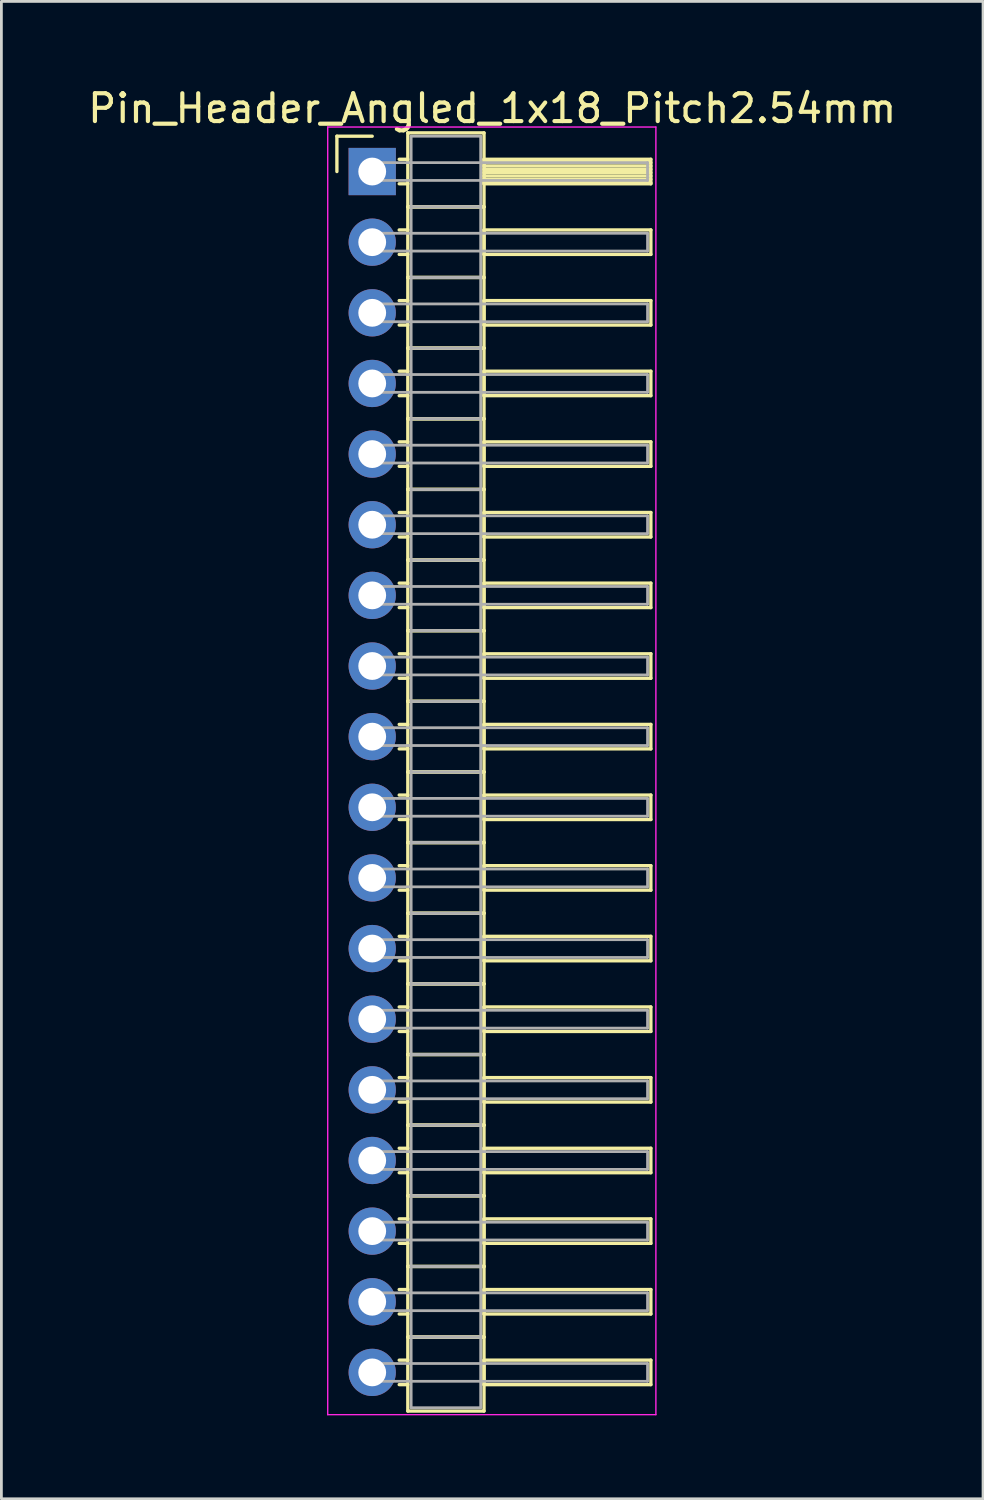
<source format=kicad_pcb>
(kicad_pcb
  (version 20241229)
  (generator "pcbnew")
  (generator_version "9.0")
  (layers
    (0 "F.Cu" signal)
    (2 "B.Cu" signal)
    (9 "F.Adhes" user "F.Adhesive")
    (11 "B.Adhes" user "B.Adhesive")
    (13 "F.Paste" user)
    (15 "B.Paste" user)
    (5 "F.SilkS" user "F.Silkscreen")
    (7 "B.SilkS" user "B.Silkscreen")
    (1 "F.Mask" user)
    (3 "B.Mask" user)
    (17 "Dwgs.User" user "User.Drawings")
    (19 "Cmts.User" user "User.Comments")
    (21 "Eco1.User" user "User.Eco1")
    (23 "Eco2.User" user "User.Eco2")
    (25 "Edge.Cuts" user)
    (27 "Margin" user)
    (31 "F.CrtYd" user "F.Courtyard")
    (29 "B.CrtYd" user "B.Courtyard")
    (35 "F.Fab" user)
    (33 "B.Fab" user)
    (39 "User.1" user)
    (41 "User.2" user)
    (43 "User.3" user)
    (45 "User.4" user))
  (footprint "Pin_Header_Angled_1x18_Pitch2.54mm"
    (layer "F.Cu")
    (at 10.334 3.118)
    (property "Reference" "Pin_Header_Angled_1x18_Pitch2.54mm" (at 4.315 -2.27 0) (layer "F.SilkS") (effects (font (size 1 1) (thickness 0.15))))
    (attr through_hole)
    (fp_line (start -1.27 -1.27) (end 0 -1.27) (stroke (width 0.12) (type solid)) (layer "F.SilkS"))
    (fp_line (start -1.27 0) (end -1.27 -1.27) (stroke (width 0.12) (type solid)) (layer "F.SilkS"))
    (fp_line (start 0.97 -0.44) (end 1.28 -0.44) (stroke (width 0.12) (type solid)) (layer "F.SilkS"))
    (fp_line (start 0.97 0.44) (end 1.28 0.44) (stroke (width 0.12) (type solid)) (layer "F.SilkS"))
    (fp_line (start 0.97 2.1) (end 1.28 2.1) (stroke (width 0.12) (type solid)) (layer "F.SilkS"))
    (fp_line (start 0.97 2.98) (end 1.28 2.98) (stroke (width 0.12) (type solid)) (layer "F.SilkS"))
    (fp_line (start 0.97 4.64) (end 1.28 4.64) (stroke (width 0.12) (type solid)) (layer "F.SilkS"))
    (fp_line (start 0.97 5.52) (end 1.28 5.52) (stroke (width 0.12) (type solid)) (layer "F.SilkS"))
    (fp_line (start 0.97 7.18) (end 1.28 7.18) (stroke (width 0.12) (type solid)) (layer "F.SilkS"))
    (fp_line (start 0.97 8.06) (end 1.28 8.06) (stroke (width 0.12) (type solid)) (layer "F.SilkS"))
    (fp_line (start 0.97 9.72) (end 1.28 9.72) (stroke (width 0.12) (type solid)) (layer "F.SilkS"))
    (fp_line (start 0.97 10.6) (end 1.28 10.6) (stroke (width 0.12) (type solid)) (layer "F.SilkS"))
    (fp_line (start 0.97 12.26) (end 1.28 12.26) (stroke (width 0.12) (type solid)) (layer "F.SilkS"))
    (fp_line (start 0.97 13.14) (end 1.28 13.14) (stroke (width 0.12) (type solid)) (layer "F.SilkS"))
    (fp_line (start 0.97 14.8) (end 1.28 14.8) (stroke (width 0.12) (type solid)) (layer "F.SilkS"))
    (fp_line (start 0.97 15.68) (end 1.28 15.68) (stroke (width 0.12) (type solid)) (layer "F.SilkS"))
    (fp_line (start 0.97 17.34) (end 1.28 17.34) (stroke (width 0.12) (type solid)) (layer "F.SilkS"))
    (fp_line (start 0.97 18.22) (end 1.28 18.22) (stroke (width 0.12) (type solid)) (layer "F.SilkS"))
    (fp_line (start 0.97 19.88) (end 1.28 19.88) (stroke (width 0.12) (type solid)) (layer "F.SilkS"))
    (fp_line (start 0.97 20.76) (end 1.28 20.76) (stroke (width 0.12) (type solid)) (layer "F.SilkS"))
    (fp_line (start 0.97 22.42) (end 1.28 22.42) (stroke (width 0.12) (type solid)) (layer "F.SilkS"))
    (fp_line (start 0.97 23.3) (end 1.28 23.3) (stroke (width 0.12) (type solid)) (layer "F.SilkS"))
    (fp_line (start 0.97 24.96) (end 1.28 24.96) (stroke (width 0.12) (type solid)) (layer "F.SilkS"))
    (fp_line (start 0.97 25.84) (end 1.28 25.84) (stroke (width 0.12) (type solid)) (layer "F.SilkS"))
    (fp_line (start 0.97 27.5) (end 1.28 27.5) (stroke (width 0.12) (type solid)) (layer "F.SilkS"))
    (fp_line (start 0.97 28.38) (end 1.28 28.38) (stroke (width 0.12) (type solid)) (layer "F.SilkS"))
    (fp_line (start 0.97 30.04) (end 1.28 30.04) (stroke (width 0.12) (type solid)) (layer "F.SilkS"))
    (fp_line (start 0.97 30.92) (end 1.28 30.92) (stroke (width 0.12) (type solid)) (layer "F.SilkS"))
    (fp_line (start 0.97 32.58) (end 1.28 32.58) (stroke (width 0.12) (type solid)) (layer "F.SilkS"))
    (fp_line (start 0.97 33.46) (end 1.28 33.46) (stroke (width 0.12) (type solid)) (layer "F.SilkS"))
    (fp_line (start 0.97 35.12) (end 1.28 35.12) (stroke (width 0.12) (type solid)) (layer "F.SilkS"))
    (fp_line (start 0.97 36) (end 1.28 36) (stroke (width 0.12) (type solid)) (layer "F.SilkS"))
    (fp_line (start 0.97 37.66) (end 1.28 37.66) (stroke (width 0.12) (type solid)) (layer "F.SilkS"))
    (fp_line (start 0.97 38.54) (end 1.28 38.54) (stroke (width 0.12) (type solid)) (layer "F.SilkS"))
    (fp_line (start 0.97 40.2) (end 1.28 40.2) (stroke (width 0.12) (type solid)) (layer "F.SilkS"))
    (fp_line (start 0.97 41.08) (end 1.28 41.08) (stroke (width 0.12) (type solid)) (layer "F.SilkS"))
    (fp_line (start 0.97 42.74) (end 1.28 42.74) (stroke (width 0.12) (type solid)) (layer "F.SilkS"))
    (fp_line (start 0.97 43.62) (end 1.28 43.62) (stroke (width 0.12) (type solid)) (layer "F.SilkS"))
    (fp_line (start 1.28 -1.39) (end 1.28 1.27) (stroke (width 0.12) (type solid)) (layer "F.SilkS"))
    (fp_line (start 1.28 1.27) (end 1.28 3.81) (stroke (width 0.12) (type solid)) (layer "F.SilkS"))
    (fp_line (start 1.28 1.27) (end 4.02 1.27) (stroke (width 0.12) (type solid)) (layer "F.SilkS"))
    (fp_line (start 1.28 3.81) (end 1.28 6.35) (stroke (width 0.12) (type solid)) (layer "F.SilkS"))
    (fp_line (start 1.28 3.81) (end 4.02 3.81) (stroke (width 0.12) (type solid)) (layer "F.SilkS"))
    (fp_line (start 1.28 6.35) (end 1.28 8.89) (stroke (width 0.12) (type solid)) (layer "F.SilkS"))
    (fp_line (start 1.28 6.35) (end 4.02 6.35) (stroke (width 0.12) (type solid)) (layer "F.SilkS"))
    (fp_line (start 1.28 8.89) (end 1.28 11.43) (stroke (width 0.12) (type solid)) (layer "F.SilkS"))
    (fp_line (start 1.28 8.89) (end 4.02 8.89) (stroke (width 0.12) (type solid)) (layer "F.SilkS"))
    (fp_line (start 1.28 11.43) (end 1.28 13.97) (stroke (width 0.12) (type solid)) (layer "F.SilkS"))
    (fp_line (start 1.28 11.43) (end 4.02 11.43) (stroke (width 0.12) (type solid)) (layer "F.SilkS"))
    (fp_line (start 1.28 13.97) (end 1.28 16.51) (stroke (width 0.12) (type solid)) (layer "F.SilkS"))
    (fp_line (start 1.28 13.97) (end 4.02 13.97) (stroke (width 0.12) (type solid)) (layer "F.SilkS"))
    (fp_line (start 1.28 16.51) (end 1.28 19.05) (stroke (width 0.12) (type solid)) (layer "F.SilkS"))
    (fp_line (start 1.28 16.51) (end 4.02 16.51) (stroke (width 0.12) (type solid)) (layer "F.SilkS"))
    (fp_line (start 1.28 19.05) (end 1.28 21.59) (stroke (width 0.12) (type solid)) (layer "F.SilkS"))
    (fp_line (start 1.28 19.05) (end 4.02 19.05) (stroke (width 0.12) (type solid)) (layer "F.SilkS"))
    (fp_line (start 1.28 21.59) (end 1.28 24.13) (stroke (width 0.12) (type solid)) (layer "F.SilkS"))
    (fp_line (start 1.28 21.59) (end 4.02 21.59) (stroke (width 0.12) (type solid)) (layer "F.SilkS"))
    (fp_line (start 1.28 24.13) (end 1.28 26.67) (stroke (width 0.12) (type solid)) (layer "F.SilkS"))
    (fp_line (start 1.28 24.13) (end 4.02 24.13) (stroke (width 0.12) (type solid)) (layer "F.SilkS"))
    (fp_line (start 1.28 26.67) (end 1.28 29.21) (stroke (width 0.12) (type solid)) (layer "F.SilkS"))
    (fp_line (start 1.28 26.67) (end 4.02 26.67) (stroke (width 0.12) (type solid)) (layer "F.SilkS"))
    (fp_line (start 1.28 29.21) (end 1.28 31.75) (stroke (width 0.12) (type solid)) (layer "F.SilkS"))
    (fp_line (start 1.28 29.21) (end 4.02 29.21) (stroke (width 0.12) (type solid)) (layer "F.SilkS"))
    (fp_line (start 1.28 31.75) (end 1.28 34.29) (stroke (width 0.12) (type solid)) (layer "F.SilkS"))
    (fp_line (start 1.28 31.75) (end 4.02 31.75) (stroke (width 0.12) (type solid)) (layer "F.SilkS"))
    (fp_line (start 1.28 34.29) (end 1.28 36.83) (stroke (width 0.12) (type solid)) (layer "F.SilkS"))
    (fp_line (start 1.28 34.29) (end 4.02 34.29) (stroke (width 0.12) (type solid)) (layer "F.SilkS"))
    (fp_line (start 1.28 36.83) (end 1.28 39.37) (stroke (width 0.12) (type solid)) (layer "F.SilkS"))
    (fp_line (start 1.28 36.83) (end 4.02 36.83) (stroke (width 0.12) (type solid)) (layer "F.SilkS"))
    (fp_line (start 1.28 39.37) (end 1.28 41.91) (stroke (width 0.12) (type solid)) (layer "F.SilkS"))
    (fp_line (start 1.28 39.37) (end 4.02 39.37) (stroke (width 0.12) (type solid)) (layer "F.SilkS"))
    (fp_line (start 1.28 41.91) (end 1.28 44.57) (stroke (width 0.12) (type solid)) (layer "F.SilkS"))
    (fp_line (start 1.28 41.91) (end 4.02 41.91) (stroke (width 0.12) (type solid)) (layer "F.SilkS"))
    (fp_line (start 1.28 44.57) (end 4.02 44.57) (stroke (width 0.12) (type solid)) (layer "F.SilkS"))
    (fp_line (start 4.02 -1.39) (end 1.28 -1.39) (stroke (width 0.12) (type solid)) (layer "F.SilkS"))
    (fp_line (start 4.02 -0.44) (end 4.02 0.44) (stroke (width 0.12) (type solid)) (layer "F.SilkS"))
    (fp_line (start 4.02 -0.32) (end 10.02 -0.32) (stroke (width 0.12) (type solid)) (layer "F.SilkS"))
    (fp_line (start 4.02 -0.2) (end 10.02 -0.2) (stroke (width 0.12) (type solid)) (layer "F.SilkS"))
    (fp_line (start 4.02 -0.08) (end 10.02 -0.08) (stroke (width 0.12) (type solid)) (layer "F.SilkS"))
    (fp_line (start 4.02 0.04) (end 10.02 0.04) (stroke (width 0.12) (type solid)) (layer "F.SilkS"))
    (fp_line (start 4.02 0.16) (end 10.02 0.16) (stroke (width 0.12) (type solid)) (layer "F.SilkS"))
    (fp_line (start 4.02 0.28) (end 10.02 0.28) (stroke (width 0.12) (type solid)) (layer "F.SilkS"))
    (fp_line (start 4.02 0.4) (end 10.02 0.4) (stroke (width 0.12) (type solid)) (layer "F.SilkS"))
    (fp_line (start 4.02 0.44) (end 10.02 0.44) (stroke (width 0.12) (type solid)) (layer "F.SilkS"))
    (fp_line (start 4.02 1.27) (end 1.28 1.27) (stroke (width 0.12) (type solid)) (layer "F.SilkS"))
    (fp_line (start 4.02 1.27) (end 4.02 -1.39) (stroke (width 0.12) (type solid)) (layer "F.SilkS"))
    (fp_line (start 4.02 2.1) (end 4.02 2.98) (stroke (width 0.12) (type solid)) (layer "F.SilkS"))
    (fp_line (start 4.02 2.98) (end 10.02 2.98) (stroke (width 0.12) (type solid)) (layer "F.SilkS"))
    (fp_line (start 4.02 3.81) (end 1.28 3.81) (stroke (width 0.12) (type solid)) (layer "F.SilkS"))
    (fp_line (start 4.02 3.81) (end 4.02 1.27) (stroke (width 0.12) (type solid)) (layer "F.SilkS"))
    (fp_line (start 4.02 4.64) (end 4.02 5.52) (stroke (width 0.12) (type solid)) (layer "F.SilkS"))
    (fp_line (start 4.02 5.52) (end 10.02 5.52) (stroke (width 0.12) (type solid)) (layer "F.SilkS"))
    (fp_line (start 4.02 6.35) (end 1.28 6.35) (stroke (width 0.12) (type solid)) (layer "F.SilkS"))
    (fp_line (start 4.02 6.35) (end 4.02 3.81) (stroke (width 0.12) (type solid)) (layer "F.SilkS"))
    (fp_line (start 4.02 7.18) (end 4.02 8.06) (stroke (width 0.12) (type solid)) (layer "F.SilkS"))
    (fp_line (start 4.02 8.06) (end 10.02 8.06) (stroke (width 0.12) (type solid)) (layer "F.SilkS"))
    (fp_line (start 4.02 8.89) (end 1.28 8.89) (stroke (width 0.12) (type solid)) (layer "F.SilkS"))
    (fp_line (start 4.02 8.89) (end 4.02 6.35) (stroke (width 0.12) (type solid)) (layer "F.SilkS"))
    (fp_line (start 4.02 9.72) (end 4.02 10.6) (stroke (width 0.12) (type solid)) (layer "F.SilkS"))
    (fp_line (start 4.02 10.6) (end 10.02 10.6) (stroke (width 0.12) (type solid)) (layer "F.SilkS"))
    (fp_line (start 4.02 11.43) (end 1.28 11.43) (stroke (width 0.12) (type solid)) (layer "F.SilkS"))
    (fp_line (start 4.02 11.43) (end 4.02 8.89) (stroke (width 0.12) (type solid)) (layer "F.SilkS"))
    (fp_line (start 4.02 12.26) (end 4.02 13.14) (stroke (width 0.12) (type solid)) (layer "F.SilkS"))
    (fp_line (start 4.02 13.14) (end 10.02 13.14) (stroke (width 0.12) (type solid)) (layer "F.SilkS"))
    (fp_line (start 4.02 13.97) (end 1.28 13.97) (stroke (width 0.12) (type solid)) (layer "F.SilkS"))
    (fp_line (start 4.02 13.97) (end 4.02 11.43) (stroke (width 0.12) (type solid)) (layer "F.SilkS"))
    (fp_line (start 4.02 14.8) (end 4.02 15.68) (stroke (width 0.12) (type solid)) (layer "F.SilkS"))
    (fp_line (start 4.02 15.68) (end 10.02 15.68) (stroke (width 0.12) (type solid)) (layer "F.SilkS"))
    (fp_line (start 4.02 16.51) (end 1.28 16.51) (stroke (width 0.12) (type solid)) (layer "F.SilkS"))
    (fp_line (start 4.02 16.51) (end 4.02 13.97) (stroke (width 0.12) (type solid)) (layer "F.SilkS"))
    (fp_line (start 4.02 17.34) (end 4.02 18.22) (stroke (width 0.12) (type solid)) (layer "F.SilkS"))
    (fp_line (start 4.02 18.22) (end 10.02 18.22) (stroke (width 0.12) (type solid)) (layer "F.SilkS"))
    (fp_line (start 4.02 19.05) (end 1.28 19.05) (stroke (width 0.12) (type solid)) (layer "F.SilkS"))
    (fp_line (start 4.02 19.05) (end 4.02 16.51) (stroke (width 0.12) (type solid)) (layer "F.SilkS"))
    (fp_line (start 4.02 19.88) (end 4.02 20.76) (stroke (width 0.12) (type solid)) (layer "F.SilkS"))
    (fp_line (start 4.02 20.76) (end 10.02 20.76) (stroke (width 0.12) (type solid)) (layer "F.SilkS"))
    (fp_line (start 4.02 21.59) (end 1.28 21.59) (stroke (width 0.12) (type solid)) (layer "F.SilkS"))
    (fp_line (start 4.02 21.59) (end 4.02 19.05) (stroke (width 0.12) (type solid)) (layer "F.SilkS"))
    (fp_line (start 4.02 22.42) (end 4.02 23.3) (stroke (width 0.12) (type solid)) (layer "F.SilkS"))
    (fp_line (start 4.02 23.3) (end 10.02 23.3) (stroke (width 0.12) (type solid)) (layer "F.SilkS"))
    (fp_line (start 4.02 24.13) (end 1.28 24.13) (stroke (width 0.12) (type solid)) (layer "F.SilkS"))
    (fp_line (start 4.02 24.13) (end 4.02 21.59) (stroke (width 0.12) (type solid)) (layer "F.SilkS"))
    (fp_line (start 4.02 24.96) (end 4.02 25.84) (stroke (width 0.12) (type solid)) (layer "F.SilkS"))
    (fp_line (start 4.02 25.84) (end 10.02 25.84) (stroke (width 0.12) (type solid)) (layer "F.SilkS"))
    (fp_line (start 4.02 26.67) (end 1.28 26.67) (stroke (width 0.12) (type solid)) (layer "F.SilkS"))
    (fp_line (start 4.02 26.67) (end 4.02 24.13) (stroke (width 0.12) (type solid)) (layer "F.SilkS"))
    (fp_line (start 4.02 27.5) (end 4.02 28.38) (stroke (width 0.12) (type solid)) (layer "F.SilkS"))
    (fp_line (start 4.02 28.38) (end 10.02 28.38) (stroke (width 0.12) (type solid)) (layer "F.SilkS"))
    (fp_line (start 4.02 29.21) (end 1.28 29.21) (stroke (width 0.12) (type solid)) (layer "F.SilkS"))
    (fp_line (start 4.02 29.21) (end 4.02 26.67) (stroke (width 0.12) (type solid)) (layer "F.SilkS"))
    (fp_line (start 4.02 30.04) (end 4.02 30.92) (stroke (width 0.12) (type solid)) (layer "F.SilkS"))
    (fp_line (start 4.02 30.92) (end 10.02 30.92) (stroke (width 0.12) (type solid)) (layer "F.SilkS"))
    (fp_line (start 4.02 31.75) (end 1.28 31.75) (stroke (width 0.12) (type solid)) (layer "F.SilkS"))
    (fp_line (start 4.02 31.75) (end 4.02 29.21) (stroke (width 0.12) (type solid)) (layer "F.SilkS"))
    (fp_line (start 4.02 32.58) (end 4.02 33.46) (stroke (width 0.12) (type solid)) (layer "F.SilkS"))
    (fp_line (start 4.02 33.46) (end 10.02 33.46) (stroke (width 0.12) (type solid)) (layer "F.SilkS"))
    (fp_line (start 4.02 34.29) (end 1.28 34.29) (stroke (width 0.12) (type solid)) (layer "F.SilkS"))
    (fp_line (start 4.02 34.29) (end 4.02 31.75) (stroke (width 0.12) (type solid)) (layer "F.SilkS"))
    (fp_line (start 4.02 35.12) (end 4.02 36) (stroke (width 0.12) (type solid)) (layer "F.SilkS"))
    (fp_line (start 4.02 36) (end 10.02 36) (stroke (width 0.12) (type solid)) (layer "F.SilkS"))
    (fp_line (start 4.02 36.83) (end 1.28 36.83) (stroke (width 0.12) (type solid)) (layer "F.SilkS"))
    (fp_line (start 4.02 36.83) (end 4.02 34.29) (stroke (width 0.12) (type solid)) (layer "F.SilkS"))
    (fp_line (start 4.02 37.66) (end 4.02 38.54) (stroke (width 0.12) (type solid)) (layer "F.SilkS"))
    (fp_line (start 4.02 38.54) (end 10.02 38.54) (stroke (width 0.12) (type solid)) (layer "F.SilkS"))
    (fp_line (start 4.02 39.37) (end 1.28 39.37) (stroke (width 0.12) (type solid)) (layer "F.SilkS"))
    (fp_line (start 4.02 39.37) (end 4.02 36.83) (stroke (width 0.12) (type solid)) (layer "F.SilkS"))
    (fp_line (start 4.02 40.2) (end 4.02 41.08) (stroke (width 0.12) (type solid)) (layer "F.SilkS"))
    (fp_line (start 4.02 41.08) (end 10.02 41.08) (stroke (width 0.12) (type solid)) (layer "F.SilkS"))
    (fp_line (start 4.02 41.91) (end 1.28 41.91) (stroke (width 0.12) (type solid)) (layer "F.SilkS"))
    (fp_line (start 4.02 41.91) (end 4.02 39.37) (stroke (width 0.12) (type solid)) (layer "F.SilkS"))
    (fp_line (start 4.02 42.74) (end 4.02 43.62) (stroke (width 0.12) (type solid)) (layer "F.SilkS"))
    (fp_line (start 4.02 43.62) (end 10.02 43.62) (stroke (width 0.12) (type solid)) (layer "F.SilkS"))
    (fp_line (start 4.02 44.57) (end 4.02 41.91) (stroke (width 0.12) (type solid)) (layer "F.SilkS"))
    (fp_line (start 10.02 -0.44) (end 4.02 -0.44) (stroke (width 0.12) (type solid)) (layer "F.SilkS"))
    (fp_line (start 10.02 0.44) (end 10.02 -0.44) (stroke (width 0.12) (type solid)) (layer "F.SilkS"))
    (fp_line (start 10.02 2.1) (end 4.02 2.1) (stroke (width 0.12) (type solid)) (layer "F.SilkS"))
    (fp_line (start 10.02 2.98) (end 10.02 2.1) (stroke (width 0.12) (type solid)) (layer "F.SilkS"))
    (fp_line (start 10.02 4.64) (end 4.02 4.64) (stroke (width 0.12) (type solid)) (layer "F.SilkS"))
    (fp_line (start 10.02 5.52) (end 10.02 4.64) (stroke (width 0.12) (type solid)) (layer "F.SilkS"))
    (fp_line (start 10.02 7.18) (end 4.02 7.18) (stroke (width 0.12) (type solid)) (layer "F.SilkS"))
    (fp_line (start 10.02 8.06) (end 10.02 7.18) (stroke (width 0.12) (type solid)) (layer "F.SilkS"))
    (fp_line (start 10.02 9.72) (end 4.02 9.72) (stroke (width 0.12) (type solid)) (layer "F.SilkS"))
    (fp_line (start 10.02 10.6) (end 10.02 9.72) (stroke (width 0.12) (type solid)) (layer "F.SilkS"))
    (fp_line (start 10.02 12.26) (end 4.02 12.26) (stroke (width 0.12) (type solid)) (layer "F.SilkS"))
    (fp_line (start 10.02 13.14) (end 10.02 12.26) (stroke (width 0.12) (type solid)) (layer "F.SilkS"))
    (fp_line (start 10.02 14.8) (end 4.02 14.8) (stroke (width 0.12) (type solid)) (layer "F.SilkS"))
    (fp_line (start 10.02 15.68) (end 10.02 14.8) (stroke (width 0.12) (type solid)) (layer "F.SilkS"))
    (fp_line (start 10.02 17.34) (end 4.02 17.34) (stroke (width 0.12) (type solid)) (layer "F.SilkS"))
    (fp_line (start 10.02 18.22) (end 10.02 17.34) (stroke (width 0.12) (type solid)) (layer "F.SilkS"))
    (fp_line (start 10.02 19.88) (end 4.02 19.88) (stroke (width 0.12) (type solid)) (layer "F.SilkS"))
    (fp_line (start 10.02 20.76) (end 10.02 19.88) (stroke (width 0.12) (type solid)) (layer "F.SilkS"))
    (fp_line (start 10.02 22.42) (end 4.02 22.42) (stroke (width 0.12) (type solid)) (layer "F.SilkS"))
    (fp_line (start 10.02 23.3) (end 10.02 22.42) (stroke (width 0.12) (type solid)) (layer "F.SilkS"))
    (fp_line (start 10.02 24.96) (end 4.02 24.96) (stroke (width 0.12) (type solid)) (layer "F.SilkS"))
    (fp_line (start 10.02 25.84) (end 10.02 24.96) (stroke (width 0.12) (type solid)) (layer "F.SilkS"))
    (fp_line (start 10.02 27.5) (end 4.02 27.5) (stroke (width 0.12) (type solid)) (layer "F.SilkS"))
    (fp_line (start 10.02 28.38) (end 10.02 27.5) (stroke (width 0.12) (type solid)) (layer "F.SilkS"))
    (fp_line (start 10.02 30.04) (end 4.02 30.04) (stroke (width 0.12) (type solid)) (layer "F.SilkS"))
    (fp_line (start 10.02 30.92) (end 10.02 30.04) (stroke (width 0.12) (type solid)) (layer "F.SilkS"))
    (fp_line (start 10.02 32.58) (end 4.02 32.58) (stroke (width 0.12) (type solid)) (layer "F.SilkS"))
    (fp_line (start 10.02 33.46) (end 10.02 32.58) (stroke (width 0.12) (type solid)) (layer "F.SilkS"))
    (fp_line (start 10.02 35.12) (end 4.02 35.12) (stroke (width 0.12) (type solid)) (layer "F.SilkS"))
    (fp_line (start 10.02 36) (end 10.02 35.12) (stroke (width 0.12) (type solid)) (layer "F.SilkS"))
    (fp_line (start 10.02 37.66) (end 4.02 37.66) (stroke (width 0.12) (type solid)) (layer "F.SilkS"))
    (fp_line (start 10.02 38.54) (end 10.02 37.66) (stroke (width 0.12) (type solid)) (layer "F.SilkS"))
    (fp_line (start 10.02 40.2) (end 4.02 40.2) (stroke (width 0.12) (type solid)) (layer "F.SilkS"))
    (fp_line (start 10.02 41.08) (end 10.02 40.2) (stroke (width 0.12) (type solid)) (layer "F.SilkS"))
    (fp_line (start 10.02 42.74) (end 4.02 42.74) (stroke (width 0.12) (type solid)) (layer "F.SilkS"))
    (fp_line (start 10.02 43.62) (end 10.02 42.74) (stroke (width 0.12) (type solid)) (layer "F.SilkS"))
    (fp_line (start -1.6 -1.6) (end -1.6 44.7) (stroke (width 0.05) (type solid)) (layer "F.CrtYd"))
    (fp_line (start -1.6 44.7) (end 10.2 44.7) (stroke (width 0.05) (type solid)) (layer "F.CrtYd"))
    (fp_line (start 10.2 -1.6) (end -1.6 -1.6) (stroke (width 0.05) (type solid)) (layer "F.CrtYd"))
    (fp_line (start 10.2 44.7) (end 10.2 -1.6) (stroke (width 0.05) (type solid)) (layer "F.CrtYd"))
    (fp_line (start 0 -0.32) (end 0 0.32) (stroke (width 0.1) (type solid)) (layer "F.Fab"))
    (fp_line (start 0 0.32) (end 9.9 0.32) (stroke (width 0.1) (type solid)) (layer "F.Fab"))
    (fp_line (start 0 2.22) (end 0 2.86) (stroke (width 0.1) (type solid)) (layer "F.Fab"))
    (fp_line (start 0 2.86) (end 9.9 2.86) (stroke (width 0.1) (type solid)) (layer "F.Fab"))
    (fp_line (start 0 4.76) (end 0 5.4) (stroke (width 0.1) (type solid)) (layer "F.Fab"))
    (fp_line (start 0 5.4) (end 9.9 5.4) (stroke (width 0.1) (type solid)) (layer "F.Fab"))
    (fp_line (start 0 7.3) (end 0 7.94) (stroke (width 0.1) (type solid)) (layer "F.Fab"))
    (fp_line (start 0 7.94) (end 9.9 7.94) (stroke (width 0.1) (type solid)) (layer "F.Fab"))
    (fp_line (start 0 9.84) (end 0 10.48) (stroke (width 0.1) (type solid)) (layer "F.Fab"))
    (fp_line (start 0 10.48) (end 9.9 10.48) (stroke (width 0.1) (type solid)) (layer "F.Fab"))
    (fp_line (start 0 12.38) (end 0 13.02) (stroke (width 0.1) (type solid)) (layer "F.Fab"))
    (fp_line (start 0 13.02) (end 9.9 13.02) (stroke (width 0.1) (type solid)) (layer "F.Fab"))
    (fp_line (start 0 14.92) (end 0 15.56) (stroke (width 0.1) (type solid)) (layer "F.Fab"))
    (fp_line (start 0 15.56) (end 9.9 15.56) (stroke (width 0.1) (type solid)) (layer "F.Fab"))
    (fp_line (start 0 17.46) (end 0 18.1) (stroke (width 0.1) (type solid)) (layer "F.Fab"))
    (fp_line (start 0 18.1) (end 9.9 18.1) (stroke (width 0.1) (type solid)) (layer "F.Fab"))
    (fp_line (start 0 20) (end 0 20.64) (stroke (width 0.1) (type solid)) (layer "F.Fab"))
    (fp_line (start 0 20.64) (end 9.9 20.64) (stroke (width 0.1) (type solid)) (layer "F.Fab"))
    (fp_line (start 0 22.54) (end 0 23.18) (stroke (width 0.1) (type solid)) (layer "F.Fab"))
    (fp_line (start 0 23.18) (end 9.9 23.18) (stroke (width 0.1) (type solid)) (layer "F.Fab"))
    (fp_line (start 0 25.08) (end 0 25.72) (stroke (width 0.1) (type solid)) (layer "F.Fab"))
    (fp_line (start 0 25.72) (end 9.9 25.72) (stroke (width 0.1) (type solid)) (layer "F.Fab"))
    (fp_line (start 0 27.62) (end 0 28.26) (stroke (width 0.1) (type solid)) (layer "F.Fab"))
    (fp_line (start 0 28.26) (end 9.9 28.26) (stroke (width 0.1) (type solid)) (layer "F.Fab"))
    (fp_line (start 0 30.16) (end 0 30.8) (stroke (width 0.1) (type solid)) (layer "F.Fab"))
    (fp_line (start 0 30.8) (end 9.9 30.8) (stroke (width 0.1) (type solid)) (layer "F.Fab"))
    (fp_line (start 0 32.7) (end 0 33.34) (stroke (width 0.1) (type solid)) (layer "F.Fab"))
    (fp_line (start 0 33.34) (end 9.9 33.34) (stroke (width 0.1) (type solid)) (layer "F.Fab"))
    (fp_line (start 0 35.24) (end 0 35.88) (stroke (width 0.1) (type solid)) (layer "F.Fab"))
    (fp_line (start 0 35.88) (end 9.9 35.88) (stroke (width 0.1) (type solid)) (layer "F.Fab"))
    (fp_line (start 0 37.78) (end 0 38.42) (stroke (width 0.1) (type solid)) (layer "F.Fab"))
    (fp_line (start 0 38.42) (end 9.9 38.42) (stroke (width 0.1) (type solid)) (layer "F.Fab"))
    (fp_line (start 0 40.32) (end 0 40.96) (stroke (width 0.1) (type solid)) (layer "F.Fab"))
    (fp_line (start 0 40.96) (end 9.9 40.96) (stroke (width 0.1) (type solid)) (layer "F.Fab"))
    (fp_line (start 0 42.86) (end 0 43.5) (stroke (width 0.1) (type solid)) (layer "F.Fab"))
    (fp_line (start 0 43.5) (end 9.9 43.5) (stroke (width 0.1) (type solid)) (layer "F.Fab"))
    (fp_line (start 1.4 -1.27) (end 1.4 1.27) (stroke (width 0.1) (type solid)) (layer "F.Fab"))
    (fp_line (start 1.4 1.27) (end 1.4 3.81) (stroke (width 0.1) (type solid)) (layer "F.Fab"))
    (fp_line (start 1.4 1.27) (end 3.9 1.27) (stroke (width 0.1) (type solid)) (layer "F.Fab"))
    (fp_line (start 1.4 3.81) (end 1.4 6.35) (stroke (width 0.1) (type solid)) (layer "F.Fab"))
    (fp_line (start 1.4 3.81) (end 3.9 3.81) (stroke (width 0.1) (type solid)) (layer "F.Fab"))
    (fp_line (start 1.4 6.35) (end 1.4 8.89) (stroke (width 0.1) (type solid)) (layer "F.Fab"))
    (fp_line (start 1.4 6.35) (end 3.9 6.35) (stroke (width 0.1) (type solid)) (layer "F.Fab"))
    (fp_line (start 1.4 8.89) (end 1.4 11.43) (stroke (width 0.1) (type solid)) (layer "F.Fab"))
    (fp_line (start 1.4 8.89) (end 3.9 8.89) (stroke (width 0.1) (type solid)) (layer "F.Fab"))
    (fp_line (start 1.4 11.43) (end 1.4 13.97) (stroke (width 0.1) (type solid)) (layer "F.Fab"))
    (fp_line (start 1.4 11.43) (end 3.9 11.43) (stroke (width 0.1) (type solid)) (layer "F.Fab"))
    (fp_line (start 1.4 13.97) (end 1.4 16.51) (stroke (width 0.1) (type solid)) (layer "F.Fab"))
    (fp_line (start 1.4 13.97) (end 3.9 13.97) (stroke (width 0.1) (type solid)) (layer "F.Fab"))
    (fp_line (start 1.4 16.51) (end 1.4 19.05) (stroke (width 0.1) (type solid)) (layer "F.Fab"))
    (fp_line (start 1.4 16.51) (end 3.9 16.51) (stroke (width 0.1) (type solid)) (layer "F.Fab"))
    (fp_line (start 1.4 19.05) (end 1.4 21.59) (stroke (width 0.1) (type solid)) (layer "F.Fab"))
    (fp_line (start 1.4 19.05) (end 3.9 19.05) (stroke (width 0.1) (type solid)) (layer "F.Fab"))
    (fp_line (start 1.4 21.59) (end 1.4 24.13) (stroke (width 0.1) (type solid)) (layer "F.Fab"))
    (fp_line (start 1.4 21.59) (end 3.9 21.59) (stroke (width 0.1) (type solid)) (layer "F.Fab"))
    (fp_line (start 1.4 24.13) (end 1.4 26.67) (stroke (width 0.1) (type solid)) (layer "F.Fab"))
    (fp_line (start 1.4 24.13) (end 3.9 24.13) (stroke (width 0.1) (type solid)) (layer "F.Fab"))
    (fp_line (start 1.4 26.67) (end 1.4 29.21) (stroke (width 0.1) (type solid)) (layer "F.Fab"))
    (fp_line (start 1.4 26.67) (end 3.9 26.67) (stroke (width 0.1) (type solid)) (layer "F.Fab"))
    (fp_line (start 1.4 29.21) (end 1.4 31.75) (stroke (width 0.1) (type solid)) (layer "F.Fab"))
    (fp_line (start 1.4 29.21) (end 3.9 29.21) (stroke (width 0.1) (type solid)) (layer "F.Fab"))
    (fp_line (start 1.4 31.75) (end 1.4 34.29) (stroke (width 0.1) (type solid)) (layer "F.Fab"))
    (fp_line (start 1.4 31.75) (end 3.9 31.75) (stroke (width 0.1) (type solid)) (layer "F.Fab"))
    (fp_line (start 1.4 34.29) (end 1.4 36.83) (stroke (width 0.1) (type solid)) (layer "F.Fab"))
    (fp_line (start 1.4 34.29) (end 3.9 34.29) (stroke (width 0.1) (type solid)) (layer "F.Fab"))
    (fp_line (start 1.4 36.83) (end 1.4 39.37) (stroke (width 0.1) (type solid)) (layer "F.Fab"))
    (fp_line (start 1.4 36.83) (end 3.9 36.83) (stroke (width 0.1) (type solid)) (layer "F.Fab"))
    (fp_line (start 1.4 39.37) (end 1.4 41.91) (stroke (width 0.1) (type solid)) (layer "F.Fab"))
    (fp_line (start 1.4 39.37) (end 3.9 39.37) (stroke (width 0.1) (type solid)) (layer "F.Fab"))
    (fp_line (start 1.4 41.91) (end 1.4 44.45) (stroke (width 0.1) (type solid)) (layer "F.Fab"))
    (fp_line (start 1.4 41.91) (end 3.9 41.91) (stroke (width 0.1) (type solid)) (layer "F.Fab"))
    (fp_line (start 1.4 44.45) (end 3.9 44.45) (stroke (width 0.1) (type solid)) (layer "F.Fab"))
    (fp_line (start 3.9 -1.27) (end 1.4 -1.27) (stroke (width 0.1) (type solid)) (layer "F.Fab"))
    (fp_line (start 3.9 1.27) (end 1.4 1.27) (stroke (width 0.1) (type solid)) (layer "F.Fab"))
    (fp_line (start 3.9 1.27) (end 3.9 -1.27) (stroke (width 0.1) (type solid)) (layer "F.Fab"))
    (fp_line (start 3.9 3.81) (end 1.4 3.81) (stroke (width 0.1) (type solid)) (layer "F.Fab"))
    (fp_line (start 3.9 3.81) (end 3.9 1.27) (stroke (width 0.1) (type solid)) (layer "F.Fab"))
    (fp_line (start 3.9 6.35) (end 1.4 6.35) (stroke (width 0.1) (type solid)) (layer "F.Fab"))
    (fp_line (start 3.9 6.35) (end 3.9 3.81) (stroke (width 0.1) (type solid)) (layer "F.Fab"))
    (fp_line (start 3.9 8.89) (end 1.4 8.89) (stroke (width 0.1) (type solid)) (layer "F.Fab"))
    (fp_line (start 3.9 8.89) (end 3.9 6.35) (stroke (width 0.1) (type solid)) (layer "F.Fab"))
    (fp_line (start 3.9 11.43) (end 1.4 11.43) (stroke (width 0.1) (type solid)) (layer "F.Fab"))
    (fp_line (start 3.9 11.43) (end 3.9 8.89) (stroke (width 0.1) (type solid)) (layer "F.Fab"))
    (fp_line (start 3.9 13.97) (end 1.4 13.97) (stroke (width 0.1) (type solid)) (layer "F.Fab"))
    (fp_line (start 3.9 13.97) (end 3.9 11.43) (stroke (width 0.1) (type solid)) (layer "F.Fab"))
    (fp_line (start 3.9 16.51) (end 1.4 16.51) (stroke (width 0.1) (type solid)) (layer "F.Fab"))
    (fp_line (start 3.9 16.51) (end 3.9 13.97) (stroke (width 0.1) (type solid)) (layer "F.Fab"))
    (fp_line (start 3.9 19.05) (end 1.4 19.05) (stroke (width 0.1) (type solid)) (layer "F.Fab"))
    (fp_line (start 3.9 19.05) (end 3.9 16.51) (stroke (width 0.1) (type solid)) (layer "F.Fab"))
    (fp_line (start 3.9 21.59) (end 1.4 21.59) (stroke (width 0.1) (type solid)) (layer "F.Fab"))
    (fp_line (start 3.9 21.59) (end 3.9 19.05) (stroke (width 0.1) (type solid)) (layer "F.Fab"))
    (fp_line (start 3.9 24.13) (end 1.4 24.13) (stroke (width 0.1) (type solid)) (layer "F.Fab"))
    (fp_line (start 3.9 24.13) (end 3.9 21.59) (stroke (width 0.1) (type solid)) (layer "F.Fab"))
    (fp_line (start 3.9 26.67) (end 1.4 26.67) (stroke (width 0.1) (type solid)) (layer "F.Fab"))
    (fp_line (start 3.9 26.67) (end 3.9 24.13) (stroke (width 0.1) (type solid)) (layer "F.Fab"))
    (fp_line (start 3.9 29.21) (end 1.4 29.21) (stroke (width 0.1) (type solid)) (layer "F.Fab"))
    (fp_line (start 3.9 29.21) (end 3.9 26.67) (stroke (width 0.1) (type solid)) (layer "F.Fab"))
    (fp_line (start 3.9 31.75) (end 1.4 31.75) (stroke (width 0.1) (type solid)) (layer "F.Fab"))
    (fp_line (start 3.9 31.75) (end 3.9 29.21) (stroke (width 0.1) (type solid)) (layer "F.Fab"))
    (fp_line (start 3.9 34.29) (end 1.4 34.29) (stroke (width 0.1) (type solid)) (layer "F.Fab"))
    (fp_line (start 3.9 34.29) (end 3.9 31.75) (stroke (width 0.1) (type solid)) (layer "F.Fab"))
    (fp_line (start 3.9 36.83) (end 1.4 36.83) (stroke (width 0.1) (type solid)) (layer "F.Fab"))
    (fp_line (start 3.9 36.83) (end 3.9 34.29) (stroke (width 0.1) (type solid)) (layer "F.Fab"))
    (fp_line (start 3.9 39.37) (end 1.4 39.37) (stroke (width 0.1) (type solid)) (layer "F.Fab"))
    (fp_line (start 3.9 39.37) (end 3.9 36.83) (stroke (width 0.1) (type solid)) (layer "F.Fab"))
    (fp_line (start 3.9 41.91) (end 1.4 41.91) (stroke (width 0.1) (type solid)) (layer "F.Fab"))
    (fp_line (start 3.9 41.91) (end 3.9 39.37) (stroke (width 0.1) (type solid)) (layer "F.Fab"))
    (fp_line (start 3.9 44.45) (end 3.9 41.91) (stroke (width 0.1) (type solid)) (layer "F.Fab"))
    (fp_line (start 9.9 -0.32) (end 0 -0.32) (stroke (width 0.1) (type solid)) (layer "F.Fab"))
    (fp_line (start 9.9 0.32) (end 9.9 -0.32) (stroke (width 0.1) (type solid)) (layer "F.Fab"))
    (fp_line (start 9.9 2.22) (end 0 2.22) (stroke (width 0.1) (type solid)) (layer "F.Fab"))
    (fp_line (start 9.9 2.86) (end 9.9 2.22) (stroke (width 0.1) (type solid)) (layer "F.Fab"))
    (fp_line (start 9.9 4.76) (end 0 4.76) (stroke (width 0.1) (type solid)) (layer "F.Fab"))
    (fp_line (start 9.9 5.4) (end 9.9 4.76) (stroke (width 0.1) (type solid)) (layer "F.Fab"))
    (fp_line (start 9.9 7.3) (end 0 7.3) (stroke (width 0.1) (type solid)) (layer "F.Fab"))
    (fp_line (start 9.9 7.94) (end 9.9 7.3) (stroke (width 0.1) (type solid)) (layer "F.Fab"))
    (fp_line (start 9.9 9.84) (end 0 9.84) (stroke (width 0.1) (type solid)) (layer "F.Fab"))
    (fp_line (start 9.9 10.48) (end 9.9 9.84) (stroke (width 0.1) (type solid)) (layer "F.Fab"))
    (fp_line (start 9.9 12.38) (end 0 12.38) (stroke (width 0.1) (type solid)) (layer "F.Fab"))
    (fp_line (start 9.9 13.02) (end 9.9 12.38) (stroke (width 0.1) (type solid)) (layer "F.Fab"))
    (fp_line (start 9.9 14.92) (end 0 14.92) (stroke (width 0.1) (type solid)) (layer "F.Fab"))
    (fp_line (start 9.9 15.56) (end 9.9 14.92) (stroke (width 0.1) (type solid)) (layer "F.Fab"))
    (fp_line (start 9.9 17.46) (end 0 17.46) (stroke (width 0.1) (type solid)) (layer "F.Fab"))
    (fp_line (start 9.9 18.1) (end 9.9 17.46) (stroke (width 0.1) (type solid)) (layer "F.Fab"))
    (fp_line (start 9.9 20) (end 0 20) (stroke (width 0.1) (type solid)) (layer "F.Fab"))
    (fp_line (start 9.9 20.64) (end 9.9 20) (stroke (width 0.1) (type solid)) (layer "F.Fab"))
    (fp_line (start 9.9 22.54) (end 0 22.54) (stroke (width 0.1) (type solid)) (layer "F.Fab"))
    (fp_line (start 9.9 23.18) (end 9.9 22.54) (stroke (width 0.1) (type solid)) (layer "F.Fab"))
    (fp_line (start 9.9 25.08) (end 0 25.08) (stroke (width 0.1) (type solid)) (layer "F.Fab"))
    (fp_line (start 9.9 25.72) (end 9.9 25.08) (stroke (width 0.1) (type solid)) (layer "F.Fab"))
    (fp_line (start 9.9 27.62) (end 0 27.62) (stroke (width 0.1) (type solid)) (layer "F.Fab"))
    (fp_line (start 9.9 28.26) (end 9.9 27.62) (stroke (width 0.1) (type solid)) (layer "F.Fab"))
    (fp_line (start 9.9 30.16) (end 0 30.16) (stroke (width 0.1) (type solid)) (layer "F.Fab"))
    (fp_line (start 9.9 30.8) (end 9.9 30.16) (stroke (width 0.1) (type solid)) (layer "F.Fab"))
    (fp_line (start 9.9 32.7) (end 0 32.7) (stroke (width 0.1) (type solid)) (layer "F.Fab"))
    (fp_line (start 9.9 33.34) (end 9.9 32.7) (stroke (width 0.1) (type solid)) (layer "F.Fab"))
    (fp_line (start 9.9 35.24) (end 0 35.24) (stroke (width 0.1) (type solid)) (layer "F.Fab"))
    (fp_line (start 9.9 35.88) (end 9.9 35.24) (stroke (width 0.1) (type solid)) (layer "F.Fab"))
    (fp_line (start 9.9 37.78) (end 0 37.78) (stroke (width 0.1) (type solid)) (layer "F.Fab"))
    (fp_line (start 9.9 38.42) (end 9.9 37.78) (stroke (width 0.1) (type solid)) (layer "F.Fab"))
    (fp_line (start 9.9 40.32) (end 0 40.32) (stroke (width 0.1) (type solid)) (layer "F.Fab"))
    (fp_line (start 9.9 40.96) (end 9.9 40.32) (stroke (width 0.1) (type solid)) (layer "F.Fab"))
    (fp_line (start 9.9 42.86) (end 0 42.86) (stroke (width 0.1) (type solid)) (layer "F.Fab"))
    (fp_line (start 9.9 43.5) (end 9.9 42.86) (stroke (width 0.1) (type solid)) (layer "F.Fab"))
    (pad "1" thru_hole rect (at 0 0) (size 1.7 1.7) (drill 1) (layers "*.Cu" "*.Mask"))
    (pad "2" thru_hole oval (at 0 2.54) (size 1.7 1.7) (drill 1) (layers "*.Cu" "*.Mask"))
    (pad "3" thru_hole oval (at 0 5.08) (size 1.7 1.7) (drill 1) (layers "*.Cu" "*.Mask"))
    (pad "4" thru_hole oval (at 0 7.62) (size 1.7 1.7) (drill 1) (layers "*.Cu" "*.Mask"))
    (pad "5" thru_hole oval (at 0 10.16) (size 1.7 1.7) (drill 1) (layers "*.Cu" "*.Mask"))
    (pad "6" thru_hole oval (at 0 12.7) (size 1.7 1.7) (drill 1) (layers "*.Cu" "*.Mask"))
    (pad "7" thru_hole oval (at 0 15.24) (size 1.7 1.7) (drill 1) (layers "*.Cu" "*.Mask"))
    (pad "8" thru_hole oval (at 0 17.78) (size 1.7 1.7) (drill 1) (layers "*.Cu" "*.Mask"))
    (pad "9" thru_hole oval (at 0 20.32) (size 1.7 1.7) (drill 1) (layers "*.Cu" "*.Mask"))
    (pad "10" thru_hole oval (at 0 22.86) (size 1.7 1.7) (drill 1) (layers "*.Cu" "*.Mask"))
    (pad "11" thru_hole oval (at 0 25.4) (size 1.7 1.7) (drill 1) (layers "*.Cu" "*.Mask"))
    (pad "12" thru_hole oval (at 0 27.94) (size 1.7 1.7) (drill 1) (layers "*.Cu" "*.Mask"))
    (pad "13" thru_hole oval (at 0 30.48) (size 1.7 1.7) (drill 1) (layers "*.Cu" "*.Mask"))
    (pad "14" thru_hole oval (at 0 33.02) (size 1.7 1.7) (drill 1) (layers "*.Cu" "*.Mask"))
    (pad "15" thru_hole oval (at 0 35.56) (size 1.7 1.7) (drill 1) (layers "*.Cu" "*.Mask"))
    (pad "16" thru_hole oval (at 0 38.1) (size 1.7 1.7) (drill 1) (layers "*.Cu" "*.Mask"))
    (pad "17" thru_hole oval (at 0 40.64) (size 1.7 1.7) (drill 1) (layers "*.Cu" "*.Mask"))
    (pad "18" thru_hole oval (at 0 43.18) (size 1.7 1.7) (drill 1) (layers "*.Cu" "*.Mask")))
  (gr_rect
    (start -3 -3)
    (end 32.298 50.843)
    (stroke (width 0.1) (type default))
    (fill no)
    (layer "Edge.Cuts")))
</source>
